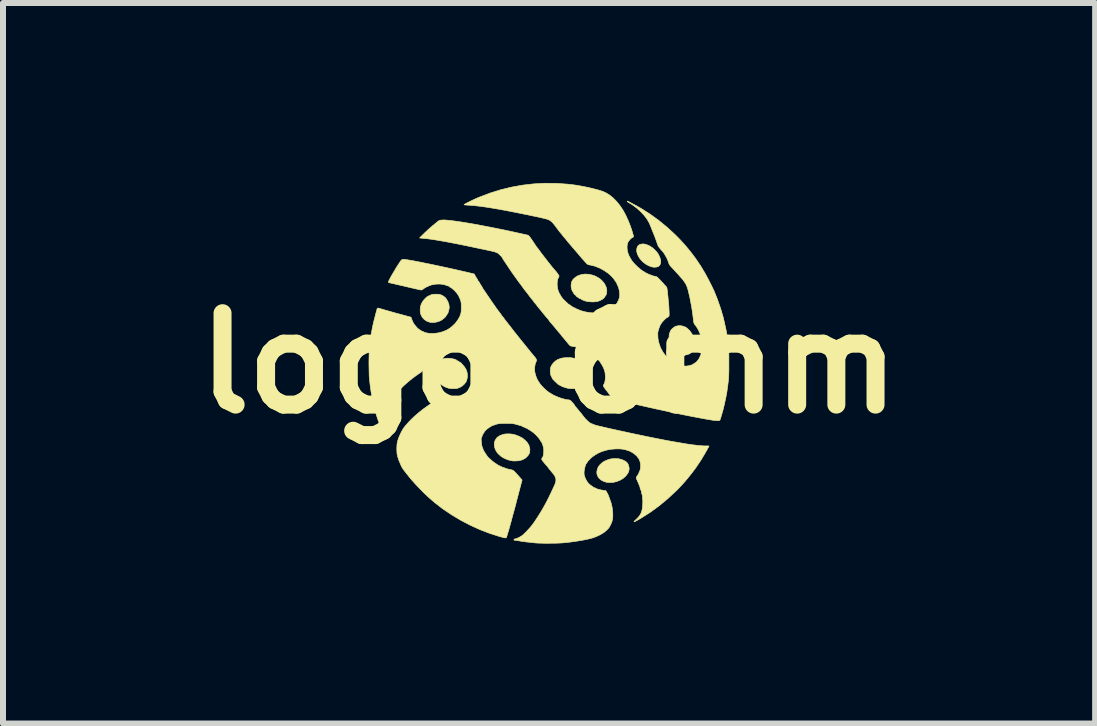
<source format=kicad_pcb>
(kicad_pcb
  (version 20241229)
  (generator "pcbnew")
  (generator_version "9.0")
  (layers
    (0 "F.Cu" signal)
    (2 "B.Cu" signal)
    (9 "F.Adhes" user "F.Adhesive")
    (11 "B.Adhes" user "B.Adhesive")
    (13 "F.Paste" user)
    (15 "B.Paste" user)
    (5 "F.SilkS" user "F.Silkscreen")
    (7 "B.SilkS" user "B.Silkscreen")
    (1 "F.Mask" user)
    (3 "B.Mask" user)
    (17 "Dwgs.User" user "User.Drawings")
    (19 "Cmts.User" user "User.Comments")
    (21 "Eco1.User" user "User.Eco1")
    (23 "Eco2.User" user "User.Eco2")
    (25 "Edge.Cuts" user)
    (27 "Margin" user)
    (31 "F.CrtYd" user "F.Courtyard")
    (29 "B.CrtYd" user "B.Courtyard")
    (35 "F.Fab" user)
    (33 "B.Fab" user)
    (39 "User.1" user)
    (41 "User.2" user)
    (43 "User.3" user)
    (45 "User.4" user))
  (footprint "logo_6mm"
    (layer "F.Cu")
    (at 6.103 3.006)
    (property "Reference" "logo_6mm" (at 0 0 0) (layer "F.SilkS") (effects (font (size 1.524 1.524) (thickness 0.3))))
    (attr through_hole)
    (fp_poly (pts (xy 1.607 -1.984) (xy 1.631 -1.976) (xy 1.655 -1.966) (xy 1.677 -1.956) (xy 1.692 -1.947) (xy 1.694 -1.945) (xy 1.706 -1.936) (xy 1.715 -1.932) (xy 1.716 -1.931) (xy 1.722 -1.927) (xy 1.734 -1.917) (xy 1.751 -1.901) (xy 1.768 -1.884) (xy 1.785 -1.866) (xy 1.8 -1.85) (xy 1.802 -1.847) (xy 1.813 -1.832) (xy 1.826 -1.81) (xy 1.838 -1.785) (xy 1.84 -1.782) (xy 1.855 -1.741) (xy 1.862 -1.703) (xy 1.86 -1.67) (xy 1.849 -1.641) (xy 1.831 -1.62) (xy 1.819 -1.612) (xy 1.791 -1.604) (xy 1.758 -1.601) (xy 1.723 -1.605) (xy 1.716 -1.606) (xy 1.665 -1.624) (xy 1.617 -1.65) (xy 1.572 -1.683) (xy 1.533 -1.722) (xy 1.501 -1.765) (xy 1.477 -1.81) (xy 1.463 -1.856) (xy 1.461 -1.87) (xy 1.462 -1.905) (xy 1.47 -1.936) (xy 1.485 -1.961) (xy 1.505 -1.976) (xy 1.538 -1.987) (xy 1.571 -1.99) (xy 1.607 -1.984)) (stroke (width 0.01) (type solid)) (fill yes) (layer "F.SilkS"))
    (fp_poly (pts (xy 2.195 -0.626) (xy 2.236 -0.618) (xy 2.274 -0.603) (xy 2.295 -0.59) (xy 2.339 -0.55) (xy 2.374 -0.504) (xy 2.401 -0.453) (xy 2.418 -0.399) (xy 2.426 -0.344) (xy 2.423 -0.289) (xy 2.412 -0.247) (xy 2.404 -0.228) (xy 2.395 -0.211) (xy 2.391 -0.206) (xy 2.384 -0.196) (xy 2.383 -0.19) (xy 2.381 -0.186) (xy 2.374 -0.183) (xy 2.364 -0.177) (xy 2.362 -0.173) (xy 2.357 -0.168) (xy 2.344 -0.16) (xy 2.334 -0.154) (xy 2.313 -0.148) (xy 2.287 -0.142) (xy 2.259 -0.139) (xy 2.234 -0.138) (xy 2.215 -0.14) (xy 2.212 -0.141) (xy 2.174 -0.156) (xy 2.144 -0.173) (xy 2.117 -0.193) (xy 2.099 -0.209) (xy 2.057 -0.257) (xy 2.027 -0.308) (xy 2.009 -0.362) (xy 2.001 -0.42) (xy 2.001 -0.434) (xy 2.002 -0.46) (xy 2.005 -0.483) (xy 2.009 -0.502) (xy 2.014 -0.513) (xy 2.016 -0.514) (xy 2.02 -0.519) (xy 2.019 -0.522) (xy 2.021 -0.534) (xy 2.031 -0.55) (xy 2.046 -0.569) (xy 2.066 -0.587) (xy 2.088 -0.603) (xy 2.11 -0.616) (xy 2.117 -0.618) (xy 2.154 -0.626) (xy 2.195 -0.626)) (stroke (width 0.01) (type solid)) (fill yes) (layer "F.SilkS"))
    (fp_poly (pts (xy 1.162 1.592) (xy 1.216 1.606) (xy 1.265 1.63) (xy 1.269 1.632) (xy 1.286 1.644) (xy 1.299 1.654) (xy 1.303 1.661) (xy 1.307 1.668) (xy 1.308 1.668) (xy 1.313 1.674) (xy 1.319 1.687) (xy 1.326 1.706) (xy 1.331 1.726) (xy 1.335 1.744) (xy 1.335 1.746) (xy 1.335 1.766) (xy 1.332 1.785) (xy 1.328 1.8) (xy 1.325 1.809) (xy 1.322 1.817) (xy 1.314 1.832) (xy 1.31 1.839) (xy 1.277 1.882) (xy 1.235 1.919) (xy 1.185 1.949) (xy 1.131 1.971) (xy 1.073 1.985) (xy 1.038 1.988) (xy 1.009 1.988) (xy 0.981 1.987) (xy 0.959 1.984) (xy 0.954 1.983) (xy 0.906 1.967) (xy 0.865 1.944) (xy 0.833 1.916) (xy 0.811 1.882) (xy 0.798 1.845) (xy 0.797 1.807) (xy 0.8 1.789) (xy 0.806 1.768) (xy 0.813 1.747) (xy 0.82 1.73) (xy 0.827 1.717) (xy 0.832 1.713) (xy 0.833 1.714) (xy 0.837 1.712) (xy 0.84 1.705) (xy 0.847 1.693) (xy 0.863 1.678) (xy 0.884 1.66) (xy 0.894 1.651) (xy 0.929 1.63) (xy 0.971 1.612) (xy 1.015 1.598) (xy 1.039 1.593) (xy 1.104 1.588) (xy 1.162 1.592)) (stroke (width 0.01) (type solid)) (fill yes) (layer "F.SilkS"))
    (fp_poly (pts (xy -1.859 -1.151) (xy -1.836 -1.149) (xy -1.818 -1.146) (xy -1.802 -1.14) (xy -1.794 -1.137) (xy -1.774 -1.127) (xy -1.758 -1.117) (xy -1.75 -1.111) (xy -1.741 -1.103) (xy -1.735 -1.1) (xy -1.73 -1.096) (xy -1.72 -1.083) (xy -1.708 -1.066) (xy -1.706 -1.063) (xy -1.684 -1.022) (xy -1.669 -0.978) (xy -1.664 -0.937) (xy -1.665 -0.919) (xy -1.668 -0.899) (xy -1.674 -0.877) (xy -1.68 -0.854) (xy -1.686 -0.836) (xy -1.692 -0.826) (xy -1.692 -0.825) (xy -1.698 -0.818) (xy -1.707 -0.805) (xy -1.716 -0.792) (xy -1.721 -0.783) (xy -1.722 -0.781) (xy -1.727 -0.774) (xy -1.738 -0.763) (xy -1.754 -0.749) (xy -1.771 -0.735) (xy -1.787 -0.723) (xy -1.799 -0.715) (xy -1.843 -0.696) (xy -1.89 -0.684) (xy -1.936 -0.679) (xy -1.978 -0.682) (xy -1.992 -0.685) (xy -2.04 -0.703) (xy -2.08 -0.73) (xy -2.111 -0.764) (xy -2.134 -0.805) (xy -2.146 -0.851) (xy -2.148 -0.882) (xy -2.147 -0.917) (xy -2.143 -0.945) (xy -2.135 -0.972) (xy -2.122 -1.002) (xy -2.122 -1.003) (xy -2.105 -1.032) (xy -2.08 -1.064) (xy -2.052 -1.093) (xy -2.036 -1.106) (xy -2.025 -1.113) (xy -2.021 -1.115) (xy -1.764 -1.115) (xy -1.761 -1.112) (xy -1.758 -1.115) (xy -1.761 -1.118) (xy -1.764 -1.115) (xy -2.021 -1.115) (xy -2.011 -1.121) (xy -1.998 -1.127) (xy -1.989 -1.13) (xy -1.988 -1.129) (xy -1.983 -1.131) (xy -1.973 -1.137) (xy -1.97 -1.139) (xy -1.96 -1.145) (xy -1.948 -1.148) (xy -1.931 -1.15) (xy -1.906 -1.151) (xy -1.89 -1.151) (xy -1.859 -1.151)) (stroke (width 0.01) (type solid)) (fill yes) (layer "F.SilkS"))
    (fp_poly (pts (xy -0.657 1.177) (xy -0.612 1.182) (xy -0.57 1.191) (xy -0.565 1.193) (xy -0.511 1.213) (xy -0.465 1.235) (xy -0.442 1.248) (xy -0.427 1.26) (xy -0.409 1.276) (xy -0.39 1.293) (xy -0.373 1.311) (xy -0.36 1.326) (xy -0.353 1.336) (xy -0.353 1.338) (xy -0.35 1.345) (xy -0.348 1.345) (xy -0.343 1.351) (xy -0.337 1.364) (xy -0.331 1.383) (xy -0.325 1.404) (xy -0.321 1.424) (xy -0.32 1.432) (xy -0.32 1.45) (xy -0.322 1.471) (xy -0.325 1.491) (xy -0.33 1.506) (xy -0.335 1.513) (xy -0.335 1.513) (xy -0.34 1.518) (xy -0.341 1.522) (xy -0.345 1.531) (xy -0.356 1.544) (xy -0.371 1.56) (xy -0.386 1.574) (xy -0.4 1.586) (xy -0.41 1.591) (xy -0.411 1.591) (xy -0.418 1.593) (xy -0.419 1.595) (xy -0.424 1.6) (xy -0.439 1.606) (xy -0.461 1.614) (xy -0.486 1.621) (xy -0.504 1.624) (xy -0.529 1.627) (xy -0.557 1.628) (xy -0.582 1.629) (xy -0.6 1.628) (xy -0.601 1.628) (xy -0.634 1.622) (xy -0.665 1.615) (xy -0.69 1.608) (xy -0.7 1.604) (xy -0.733 1.589) (xy -0.758 1.578) (xy -0.773 1.569) (xy -0.782 1.563) (xy -0.782 1.562) (xy -0.791 1.556) (xy -0.795 1.555) (xy -0.801 1.551) (xy -0.812 1.541) (xy -0.827 1.527) (xy -0.843 1.513) (xy -0.856 1.499) (xy -0.865 1.49) (xy -0.867 1.486) (xy -0.87 1.48) (xy -0.878 1.468) (xy -0.882 1.462) (xy -0.898 1.429) (xy -0.909 1.392) (xy -0.913 1.354) (xy -0.91 1.318) (xy -0.899 1.287) (xy -0.896 1.281) (xy -0.887 1.266) (xy -0.878 1.256) (xy -0.876 1.254) (xy -0.873 1.25) (xy -0.875 1.25) (xy -0.875 1.247) (xy -0.868 1.24) (xy -0.858 1.231) (xy -0.847 1.224) (xy -0.839 1.22) (xy -0.838 1.22) (xy -0.831 1.216) (xy -0.831 1.215) (xy -0.826 1.209) (xy -0.821 1.206) (xy -0.81 1.202) (xy -0.792 1.196) (xy -0.777 1.19) (xy -0.744 1.181) (xy -0.702 1.177) (xy -0.657 1.177)) (stroke (width 0.01) (type solid)) (fill yes) (layer "F.SilkS"))
    (fp_poly (pts (xy 0.658 -1.484) (xy 0.724 -1.47) (xy 0.761 -1.457) (xy 0.779 -1.45) (xy 0.791 -1.443) (xy 0.795 -1.44) (xy 0.8 -1.436) (xy 0.803 -1.435) (xy 0.813 -1.431) (xy 0.825 -1.423) (xy 0.836 -1.415) (xy 0.843 -1.411) (xy 0.849 -1.407) (xy 0.861 -1.398) (xy 0.875 -1.384) (xy 0.894 -1.365) (xy 0.912 -1.343) (xy 0.927 -1.322) (xy 0.936 -1.305) (xy 0.939 -1.294) (xy 0.941 -1.287) (xy 0.944 -1.286) (xy 0.948 -1.28) (xy 0.953 -1.266) (xy 0.958 -1.247) (xy 0.961 -1.227) (xy 0.963 -1.208) (xy 0.963 -1.207) (xy 0.961 -1.188) (xy 0.958 -1.167) (xy 0.954 -1.148) (xy 0.949 -1.135) (xy 0.944 -1.13) (xy 0.939 -1.125) (xy 0.936 -1.118) (xy 0.928 -1.105) (xy 0.915 -1.088) (xy 0.899 -1.074) (xy 0.89 -1.067) (xy 0.853 -1.047) (xy 0.817 -1.033) (xy 0.779 -1.026) (xy 0.735 -1.023) (xy 0.718 -1.023) (xy 0.688 -1.025) (xy 0.659 -1.027) (xy 0.634 -1.031) (xy 0.628 -1.033) (xy 0.607 -1.038) (xy 0.59 -1.043) (xy 0.583 -1.046) (xy 0.569 -1.052) (xy 0.552 -1.059) (xy 0.552 -1.059) (xy 0.539 -1.066) (xy 0.532 -1.071) (xy 0.532 -1.072) (xy 0.527 -1.076) (xy 0.521 -1.076) (xy 0.51 -1.08) (xy 0.495 -1.089) (xy 0.493 -1.091) (xy 0.48 -1.101) (xy 0.47 -1.106) (xy 0.468 -1.106) (xy 0.461 -1.111) (xy 0.457 -1.118) (xy 0.452 -1.128) (xy 0.448 -1.13) (xy 0.442 -1.134) (xy 0.431 -1.143) (xy 0.42 -1.155) (xy 0.411 -1.166) (xy 0.406 -1.174) (xy 0.407 -1.175) (xy 0.405 -1.18) (xy 0.4 -1.188) (xy 0.388 -1.205) (xy 0.378 -1.23) (xy 0.371 -1.258) (xy 0.368 -1.28) (xy 0.368 -1.299) (xy 0.37 -1.321) (xy 0.373 -1.342) (xy 0.377 -1.359) (xy 0.382 -1.368) (xy 0.384 -1.369) (xy 0.388 -1.374) (xy 0.389 -1.377) (xy 0.393 -1.388) (xy 0.406 -1.403) (xy 0.424 -1.42) (xy 0.445 -1.437) (xy 0.467 -1.451) (xy 0.481 -1.459) (xy 0.537 -1.478) (xy 0.596 -1.487) (xy 0.658 -1.484)) (stroke (width 0.01) (type solid)) (fill yes) (layer "F.SilkS"))
    (fp_poly (pts (xy -1.66 -0.083) (xy -1.631 -0.079) (xy -1.602 -0.074) (xy -1.576 -0.067) (xy -1.555 -0.06) (xy -1.541 -0.052) (xy -1.537 -0.046) (xy -1.532 -0.042) (xy -1.529 -0.042) (xy -1.521 -0.039) (xy -1.506 -0.03) (xy -1.489 -0.019) (xy -1.472 -0.008) (xy -1.459 0.002) (xy -1.454 0.008) (xy -1.449 0.015) (xy -1.439 0.026) (xy -1.426 0.041) (xy -1.411 0.059) (xy -1.398 0.079) (xy -1.387 0.097) (xy -1.38 0.11) (xy -1.379 0.114) (xy -1.376 0.126) (xy -1.374 0.13) (xy -1.369 0.143) (xy -1.364 0.167) (xy -1.361 0.197) (xy -1.361 0.228) (xy -1.367 0.262) (xy -1.377 0.294) (xy -1.39 0.32) (xy -1.396 0.327) (xy -1.421 0.356) (xy -1.446 0.377) (xy -1.472 0.394) (xy -1.49 0.404) (xy -1.502 0.409) (xy -1.507 0.409) (xy -1.507 0.409) (xy -1.511 0.409) (xy -1.516 0.413) (xy -1.528 0.418) (xy -1.549 0.421) (xy -1.576 0.422) (xy -1.606 0.423) (xy -1.635 0.421) (xy -1.662 0.418) (xy -1.682 0.414) (xy -1.683 0.413) (xy -1.716 0.401) (xy -1.741 0.391) (xy -1.758 0.382) (xy -1.764 0.376) (xy -1.764 0.376) (xy -1.769 0.371) (xy -1.772 0.371) (xy -1.784 0.366) (xy -1.803 0.352) (xy -1.826 0.331) (xy -1.837 0.318) (xy -1.851 0.3) (xy -1.865 0.281) (xy -1.878 0.263) (xy -1.887 0.248) (xy -1.891 0.239) (xy -1.891 0.238) (xy -1.894 0.233) (xy -1.895 0.233) (xy -1.9 0.228) (xy -1.9 0.226) (xy -1.902 0.214) (xy -1.904 0.203) (xy -1.909 0.181) (xy -1.913 0.157) (xy -1.916 0.136) (xy -1.916 0.122) (xy -1.916 0.12) (xy -1.909 0.085) (xy -1.904 0.061) (xy -1.9 0.045) (xy -1.897 0.037) (xy -1.895 0.036) (xy -1.89 0.031) (xy -1.886 0.022) (xy -1.879 0.009) (xy -1.866 -0.008) (xy -1.851 -0.024) (xy -1.836 -0.038) (xy -1.824 -0.047) (xy -1.819 -0.048) (xy -1.812 -0.051) (xy -1.812 -0.053) (xy -1.806 -0.058) (xy -1.792 -0.065) (xy -1.771 -0.071) (xy -1.746 -0.077) (xy -1.72 -0.082) (xy -1.695 -0.084) (xy -1.686 -0.084) (xy -1.66 -0.083)) (stroke (width 0.01) (type solid)) (fill yes) (layer "F.SilkS"))
    (fp_poly (pts (xy 0.362 -0.093) (xy 0.388 -0.089) (xy 0.413 -0.084) (xy 0.413 -0.084) (xy 0.451 -0.074) (xy 0.479 -0.065) (xy 0.496 -0.058) (xy 0.502 -0.052) (xy 0.502 -0.052) (xy 0.507 -0.048) (xy 0.508 -0.048) (xy 0.52 -0.044) (xy 0.538 -0.034) (xy 0.56 -0.018) (xy 0.584 -0.000101) (xy 0.607 0.02) (xy 0.627 0.039) (xy 0.644 0.056) (xy 0.653 0.069) (xy 0.655 0.074) (xy 0.658 0.083) (xy 0.665 0.096) (xy 0.665 0.096) (xy 0.674 0.113) (xy 0.679 0.126) (xy 0.688 0.17) (xy 0.691 0.206) (xy 0.688 0.237) (xy 0.68 0.266) (xy 0.671 0.286) (xy 0.662 0.303) (xy 0.651 0.32) (xy 0.641 0.334) (xy 0.633 0.343) (xy 0.628 0.345) (xy 0.628 0.344) (xy 0.624 0.345) (xy 0.616 0.353) (xy 0.614 0.355) (xy 0.602 0.366) (xy 0.594 0.371) (xy 0.593 0.371) (xy 0.584 0.375) (xy 0.582 0.378) (xy 0.573 0.385) (xy 0.555 0.394) (xy 0.533 0.403) (xy 0.508 0.411) (xy 0.483 0.417) (xy 0.482 0.418) (xy 0.459 0.421) (xy 0.429 0.422) (xy 0.396 0.423) (xy 0.364 0.422) (xy 0.336 0.42) (xy 0.317 0.418) (xy 0.296 0.412) (xy 0.272 0.405) (xy 0.249 0.398) (xy 0.228 0.391) (xy 0.214 0.386) (xy 0.209 0.383) (xy 0.203 0.379) (xy 0.189 0.371) (xy 0.182 0.368) (xy 0.169 0.361) (xy 0.158 0.355) (xy 0.147 0.347) (xy 0.135 0.336) (xy 0.118 0.32) (xy 0.097 0.3) (xy 0.079 0.282) (xy 0.064 0.266) (xy 0.056 0.255) (xy 0.054 0.252) (xy 0.051 0.242) (xy 0.045 0.231) (xy 0.03 0.2) (xy 0.022 0.163) (xy 0.02 0.123) (xy 0.024 0.084) (xy 0.025 0.083) (xy 0.029 0.064) (xy 0.034 0.052) (xy 0.036 0.048) (xy 0.041 0.043) (xy 0.044 0.034) (xy 0.05 0.023) (xy 0.062 0.008) (xy 0.077 -0.01) (xy 0.094 -0.026) (xy 0.109 -0.039) (xy 0.12 -0.047) (xy 0.123 -0.048) (xy 0.131 -0.051) (xy 0.132 -0.054) (xy 0.136 -0.06) (xy 0.138 -0.06) (xy 0.147 -0.062) (xy 0.162 -0.068) (xy 0.171 -0.072) (xy 0.188 -0.079) (xy 0.199 -0.082) (xy 0.202 -0.081) (xy 0.209 -0.082) (xy 0.213 -0.085) (xy 0.223 -0.088) (xy 0.242 -0.09) (xy 0.269 -0.092) (xy 0.295 -0.093) (xy 0.333 -0.094) (xy 0.362 -0.093)) (stroke (width 0.01) (type solid)) (fill yes) (layer "F.SilkS"))
    (fp_poly (pts (xy 0.122 -2.999) (xy 0.311 -2.986) (xy 0.389 -2.977) (xy 0.47 -2.966) (xy 0.556 -2.95) (xy 0.643 -2.933) (xy 0.728 -2.913) (xy 0.807 -2.893) (xy 0.878 -2.871) (xy 0.883 -2.87) (xy 0.946 -2.843) (xy 1.008 -2.805) (xy 1.068 -2.757) (xy 1.125 -2.699) (xy 1.179 -2.633) (xy 1.229 -2.559) (xy 1.275 -2.477) (xy 1.285 -2.455) (xy 1.323 -2.371) (xy 1.355 -2.291) (xy 1.382 -2.211) (xy 1.407 -2.124) (xy 1.408 -2.119) (xy 1.408 -2.109) (xy 1.399 -2.102) (xy 1.394 -2.099) (xy 1.38 -2.091) (xy 1.363 -2.077) (xy 1.349 -2.063) (xy 1.328 -2.037) (xy 1.313 -2.013) (xy 1.305 -1.985) (xy 1.301 -1.951) (xy 1.301 -1.922) (xy 1.304 -1.89) (xy 1.311 -1.855) (xy 1.321 -1.821) (xy 1.333 -1.793) (xy 1.339 -1.782) (xy 1.349 -1.764) (xy 1.356 -1.75) (xy 1.371 -1.725) (xy 1.393 -1.694) (xy 1.422 -1.661) (xy 1.455 -1.627) (xy 1.49 -1.595) (xy 1.525 -1.565) (xy 1.559 -1.54) (xy 1.585 -1.525) (xy 1.597 -1.518) (xy 1.603 -1.513) (xy 1.609 -1.509) (xy 1.623 -1.502) (xy 1.629 -1.499) (xy 1.647 -1.491) (xy 1.661 -1.484) (xy 1.664 -1.482) (xy 1.677 -1.478) (xy 1.683 -1.477) (xy 1.691 -1.474) (xy 1.692 -1.472) (xy 1.698 -1.469) (xy 1.711 -1.464) (xy 1.73 -1.458) (xy 1.75 -1.453) (xy 1.769 -1.449) (xy 1.783 -1.447) (xy 1.784 -1.447) (xy 1.792 -1.444) (xy 1.805 -1.434) (xy 1.823 -1.418) (xy 1.847 -1.393) (xy 1.877 -1.361) (xy 1.905 -1.331) (xy 1.923 -1.31) (xy 1.939 -1.293) (xy 1.951 -1.28) (xy 1.955 -1.275) (xy 1.963 -1.263) (xy 1.965 -1.256) (xy 1.968 -1.238) (xy 1.972 -1.211) (xy 1.975 -1.178) (xy 1.979 -1.142) (xy 1.983 -1.106) (xy 1.985 -1.079) (xy 1.988 -1.05) (xy 1.991 -1.023) (xy 1.993 -1.002) (xy 1.994 -0.993) (xy 1.995 -0.979) (xy 1.997 -0.957) (xy 1.998 -0.928) (xy 2 -0.895) (xy 2.001 -0.88) (xy 2.002 -0.845) (xy 2.003 -0.82) (xy 2.002 -0.803) (xy 2.001 -0.791) (xy 1.998 -0.784) (xy 1.994 -0.779) (xy 1.993 -0.778) (xy 1.979 -0.768) (xy 1.969 -0.763) (xy 1.959 -0.757) (xy 1.944 -0.745) (xy 1.926 -0.729) (xy 1.922 -0.725) (xy 1.883 -0.682) (xy 1.854 -0.638) (xy 1.835 -0.591) (xy 1.829 -0.571) (xy 1.824 -0.553) (xy 1.82 -0.539) (xy 1.818 -0.535) (xy 1.815 -0.526) (xy 1.813 -0.507) (xy 1.813 -0.482) (xy 1.814 -0.454) (xy 1.815 -0.426) (xy 1.818 -0.401) (xy 1.819 -0.395) (xy 1.824 -0.368) (xy 1.832 -0.337) (xy 1.842 -0.305) (xy 1.853 -0.275) (xy 1.863 -0.25) (xy 1.872 -0.233) (xy 1.872 -0.232) (xy 1.88 -0.22) (xy 1.884 -0.213) (xy 1.884 -0.213) (xy 1.887 -0.206) (xy 1.895 -0.193) (xy 1.906 -0.176) (xy 1.919 -0.159) (xy 1.93 -0.144) (xy 1.934 -0.139) (xy 1.946 -0.125) (xy 1.961 -0.109) (xy 1.966 -0.104) (xy 1.977 -0.09) (xy 1.984 -0.08) (xy 1.985 -0.078) (xy 1.99 -0.073) (xy 2.002 -0.066) (xy 2.003 -0.066) (xy 2.016 -0.059) (xy 2.021 -0.054) (xy 2.021 -0.054) (xy 2.026 -0.048) (xy 2.037 -0.039) (xy 2.052 -0.028) (xy 2.067 -0.019) (xy 2.078 -0.013) (xy 2.081 -0.012) (xy 2.088 -0.008) (xy 2.088 -0.007) (xy 2.095 -0.001) (xy 2.11 0.007) (xy 2.131 0.017) (xy 2.155 0.026) (xy 2.179 0.034) (xy 2.193 0.039) (xy 2.241 0.046) (xy 2.29 0.047) (xy 2.338 0.04) (xy 2.356 0.035) (xy 2.378 0.028) (xy 2.395 0.02) (xy 2.404 0.014) (xy 2.415 0.007) (xy 2.421 0.006) (xy 2.427 0.002) (xy 2.428 0) (xy 2.432 -0.006) (xy 2.435 -0.006) (xy 2.445 -0.011) (xy 2.459 -0.024) (xy 2.475 -0.043) (xy 2.488 -0.06) (xy 2.498 -0.074) (xy 2.506 -0.084) (xy 2.508 -0.085) (xy 2.511 -0.089) (xy 2.509 -0.09) (xy 2.508 -0.094) (xy 2.513 -0.103) (xy 2.519 -0.115) (xy 2.527 -0.135) (xy 2.536 -0.158) (xy 2.537 -0.162) (xy 2.549 -0.211) (xy 2.554 -0.267) (xy 2.553 -0.327) (xy 2.545 -0.389) (xy 2.531 -0.45) (xy 2.512 -0.507) (xy 2.488 -0.558) (xy 2.476 -0.578) (xy 2.464 -0.599) (xy 2.452 -0.617) (xy 2.443 -0.63) (xy 2.44 -0.634) (xy 2.423 -0.654) (xy 2.412 -0.682) (xy 2.407 -0.713) (xy 2.402 -0.765) (xy 2.395 -0.82) (xy 2.387 -0.876) (xy 2.379 -0.928) (xy 2.371 -0.972) (xy 2.371 -0.975) (xy 2.365 -1.002) (xy 2.36 -1.031) (xy 2.356 -1.052) (xy 2.352 -1.07) (xy 2.349 -1.088) (xy 2.345 -1.107) (xy 2.339 -1.131) (xy 2.332 -1.162) (xy 2.326 -1.187) (xy 2.315 -1.23) (xy 2.305 -1.263) (xy 2.294 -1.292) (xy 2.282 -1.317) (xy 2.266 -1.344) (xy 2.259 -1.354) (xy 2.244 -1.375) (xy 2.231 -1.393) (xy 2.221 -1.405) (xy 2.206 -1.421) (xy 2.194 -1.435) (xy 2.18 -1.451) (xy 2.16 -1.474) (xy 2.135 -1.501) (xy 2.108 -1.531) (xy 2.081 -1.56) (xy 2.057 -1.586) (xy 2.034 -1.61) (xy 2.018 -1.629) (xy 2.008 -1.644) (xy 2 -1.659) (xy 1.994 -1.675) (xy 1.991 -1.686) (xy 1.98 -1.715) (xy 1.965 -1.75) (xy 1.945 -1.786) (xy 1.925 -1.821) (xy 1.905 -1.85) (xy 1.897 -1.86) (xy 1.888 -1.87) (xy 1.874 -1.885) (xy 1.868 -1.892) (xy 1.856 -1.905) (xy 1.849 -1.915) (xy 1.848 -1.917) (xy 1.844 -1.923) (xy 1.834 -1.933) (xy 1.834 -1.933) (xy 1.825 -1.946) (xy 1.813 -1.971) (xy 1.801 -2.005) (xy 1.795 -2.022) (xy 1.782 -2.059) (xy 1.767 -2.1) (xy 1.752 -2.139) (xy 1.741 -2.165) (xy 1.729 -2.195) (xy 1.717 -2.225) (xy 1.707 -2.25) (xy 1.701 -2.266) (xy 1.673 -2.334) (xy 1.635 -2.401) (xy 1.586 -2.466) (xy 1.527 -2.529) (xy 1.461 -2.588) (xy 1.386 -2.643) (xy 1.323 -2.682) (xy 1.31 -2.691) (xy 1.303 -2.699) (xy 1.306 -2.703) (xy 1.308 -2.703) (xy 1.315 -2.7) (xy 1.331 -2.692) (xy 1.353 -2.681) (xy 1.381 -2.666) (xy 1.411 -2.65) (xy 1.443 -2.633) (xy 1.474 -2.616) (xy 1.503 -2.599) (xy 1.528 -2.585) (xy 1.532 -2.583) (xy 1.683 -2.487) (xy 1.827 -2.383) (xy 1.964 -2.271) (xy 2.097 -2.149) (xy 2.123 -2.123) (xy 2.152 -2.094) (xy 2.176 -2.069) (xy 2.198 -2.046) (xy 2.22 -2.022) (xy 2.246 -1.993) (xy 2.269 -1.967) (xy 2.284 -1.95) (xy 2.302 -1.928) (xy 2.324 -1.902) (xy 2.346 -1.874) (xy 2.367 -1.848) (xy 2.385 -1.825) (xy 2.399 -1.807) (xy 2.404 -1.8) (xy 2.413 -1.786) (xy 2.42 -1.777) (xy 2.422 -1.776) (xy 2.427 -1.77) (xy 2.437 -1.756) (xy 2.451 -1.736) (xy 2.467 -1.712) (xy 2.485 -1.686) (xy 2.502 -1.66) (xy 2.518 -1.637) (xy 2.531 -1.617) (xy 2.539 -1.604) (xy 2.541 -1.601) (xy 2.548 -1.588) (xy 2.56 -1.568) (xy 2.575 -1.543) (xy 2.591 -1.517) (xy 2.592 -1.516) (xy 2.607 -1.489) (xy 2.626 -1.454) (xy 2.648 -1.413) (xy 2.671 -1.369) (xy 2.693 -1.325) (xy 2.715 -1.281) (xy 2.734 -1.242) (xy 2.749 -1.21) (xy 2.75 -1.208) (xy 2.775 -1.147) (xy 2.802 -1.079) (xy 2.828 -1.006) (xy 2.853 -0.934) (xy 2.875 -0.866) (xy 2.881 -0.843) (xy 2.888 -0.819) (xy 2.895 -0.797) (xy 2.899 -0.781) (xy 2.9 -0.78) (xy 2.906 -0.757) (xy 2.913 -0.725) (xy 2.922 -0.688) (xy 2.924 -0.68) (xy 2.929 -0.657) (xy 2.934 -0.632) (xy 2.935 -0.628) (xy 2.946 -0.581) (xy 2.954 -0.54) (xy 2.961 -0.501) (xy 2.968 -0.459) (xy 2.974 -0.412) (xy 2.977 -0.389) (xy 2.983 -0.345) (xy 2.987 -0.307) (xy 2.991 -0.273) (xy 2.994 -0.239) (xy 2.996 -0.205) (xy 2.997 -0.168) (xy 2.998 -0.126) (xy 2.998 -0.077) (xy 2.998 -0.018) (xy 2.998 0) (xy 2.998 0.061) (xy 2.998 0.113) (xy 2.997 0.157) (xy 2.996 0.195) (xy 2.994 0.23) (xy 2.992 0.263) (xy 2.989 0.297) (xy 2.984 0.334) (xy 2.979 0.376) (xy 2.977 0.389) (xy 2.97 0.44) (xy 2.964 0.484) (xy 2.957 0.524) (xy 2.949 0.563) (xy 2.94 0.607) (xy 2.935 0.628) (xy 2.93 0.652) (xy 2.925 0.676) (xy 2.924 0.68) (xy 2.915 0.718) (xy 2.907 0.752) (xy 2.901 0.777) (xy 2.9 0.78) (xy 2.895 0.795) (xy 2.889 0.817) (xy 2.882 0.841) (xy 2.882 0.843) (xy 2.872 0.876) (xy 2.865 0.9) (xy 2.858 0.92) (xy 2.852 0.939) (xy 2.847 0.949) (xy 2.841 0.954) (xy 2.829 0.956) (xy 2.811 0.956) (xy 2.788 0.955) (xy 2.766 0.953) (xy 2.757 0.953) (xy 2.727 0.949) (xy 2.686 0.942) (xy 2.637 0.934) (xy 2.579 0.924) (xy 2.516 0.912) (xy 2.447 0.899) (xy 2.374 0.885) (xy 2.298 0.87) (xy 2.221 0.855) (xy 2.144 0.839) (xy 2.068 0.823) (xy 2.063 0.822) (xy 1.985 0.805) (xy 1.905 0.787) (xy 1.824 0.77) (xy 1.743 0.752) (xy 1.662 0.734) (xy 1.583 0.716) (xy 1.507 0.699) (xy 1.433 0.682) (xy 1.364 0.666) (xy 1.3 0.651) (xy 1.241 0.637) (xy 1.189 0.625) (xy 1.145 0.614) (xy 1.109 0.605) (xy 1.082 0.598) (xy 1.066 0.593) (xy 1.06 0.591) (xy 1.053 0.581) (xy 1.052 0.577) (xy 1.048 0.567) (xy 1.043 0.561) (xy 1.034 0.552) (xy 1.021 0.537) (xy 1.01 0.523) (xy 0.997 0.506) (xy 0.979 0.482) (xy 0.959 0.456) (xy 0.945 0.438) (xy 0.926 0.413) (xy 0.914 0.395) (xy 0.908 0.382) (xy 0.906 0.372) (xy 0.906 0.368) (xy 0.911 0.355) (xy 0.915 0.35) (xy 0.919 0.343) (xy 0.925 0.328) (xy 0.929 0.315) (xy 0.936 0.281) (xy 0.939 0.24) (xy 0.938 0.196) (xy 0.933 0.153) (xy 0.931 0.144) (xy 0.927 0.129) (xy 0.921 0.11) (xy 0.913 0.089) (xy 0.906 0.071) (xy 0.899 0.058) (xy 0.895 0.054) (xy 0.893 0.05) (xy 0.894 0.049) (xy 0.892 0.041) (xy 0.888 0.036) (xy 0.88 0.026) (xy 0.879 0.021) (xy 0.875 0.012) (xy 0.867 0.003) (xy 0.859 -0.006) (xy 0.858 -0.01) (xy 0.857 -0.016) (xy 0.849 -0.027) (xy 0.834 -0.044) (xy 0.81 -0.068) (xy 0.797 -0.081) (xy 0.775 -0.103) (xy 0.758 -0.119) (xy 0.744 -0.131) (xy 0.73 -0.141) (xy 0.715 -0.152) (xy 0.705 -0.158) (xy 0.69 -0.169) (xy 0.68 -0.178) (xy 0.677 -0.181) (xy 0.67 -0.185) (xy 0.663 -0.185) (xy 0.654 -0.187) (xy 0.652 -0.19) (xy 0.647 -0.195) (xy 0.634 -0.202) (xy 0.626 -0.206) (xy 0.611 -0.213) (xy 0.6 -0.219) (xy 0.598 -0.221) (xy 0.591 -0.225) (xy 0.576 -0.23) (xy 0.559 -0.236) (xy 0.54 -0.243) (xy 0.526 -0.249) (xy 0.52 -0.252) (xy 0.513 -0.255) (xy 0.497 -0.259) (xy 0.475 -0.265) (xy 0.449 -0.271) (xy 0.423 -0.277) (xy 0.4 -0.281) (xy 0.382 -0.284) (xy 0.367 -0.287) (xy 0.356 -0.291) (xy 0.344 -0.3) (xy 0.331 -0.314) (xy 0.313 -0.335) (xy 0.302 -0.35) (xy 0.29 -0.364) (xy 0.273 -0.385) (xy 0.254 -0.407) (xy 0.244 -0.419) (xy 0.227 -0.439) (xy 0.213 -0.455) (xy 0.205 -0.465) (xy 0.203 -0.469) (xy 0.2 -0.475) (xy 0.19 -0.486) (xy 0.185 -0.492) (xy 0.173 -0.506) (xy 0.154 -0.528) (xy 0.129 -0.557) (xy 0.101 -0.592) (xy 0.069 -0.631) (xy 0.061 -0.639) (xy 0.047 -0.656) (xy 0.03 -0.676) (xy 0.022 -0.685) (xy 0.01 -0.699) (xy 0.002 -0.71) (xy 0 -0.715) (xy -0.004 -0.721) (xy -0.014 -0.734) (xy -0.025 -0.747) (xy -0.044 -0.768) (xy -0.062 -0.789) (xy -0.072 -0.801) (xy -0.087 -0.82) (xy -0.102 -0.838) (xy -0.108 -0.845) (xy -0.12 -0.861) (xy -0.13 -0.874) (xy -0.132 -0.875) (xy -0.141 -0.887) (xy -0.154 -0.902) (xy -0.162 -0.911) (xy -0.177 -0.93) (xy -0.192 -0.949) (xy -0.198 -0.957) (xy -0.211 -0.974) (xy -0.227 -0.994) (xy -0.233 -1.001) (xy -0.245 -1.014) (xy -0.253 -1.025) (xy -0.254 -1.028) (xy -0.258 -1.034) (xy -0.268 -1.047) (xy -0.282 -1.063) (xy -0.285 -1.068) (xy -0.303 -1.089) (xy -0.321 -1.112) (xy -0.334 -1.13) (xy -0.334 -1.13) (xy -0.348 -1.149) (xy -0.365 -1.172) (xy -0.38 -1.19) (xy -0.398 -1.212) (xy -0.416 -1.236) (xy -0.428 -1.252) (xy -0.44 -1.269) (xy -0.456 -1.292) (xy -0.476 -1.319) (xy -0.495 -1.343) (xy -0.534 -1.396) (xy -0.578 -1.458) (xy -0.627 -1.527) (xy -0.678 -1.603) (xy -0.695 -1.629) (xy -0.714 -1.657) (xy -0.732 -1.685) (xy -0.748 -1.708) (xy -0.759 -1.724) (xy -0.762 -1.729) (xy -0.771 -1.744) (xy -0.777 -1.755) (xy -0.777 -1.757) (xy -0.782 -1.765) (xy -0.792 -1.778) (xy -0.808 -1.794) (xy -0.825 -1.811) (xy -0.842 -1.826) (xy -0.856 -1.837) (xy -0.864 -1.842) (xy -0.865 -1.842) (xy -0.872 -1.844) (xy -0.885 -1.849) (xy -0.887 -1.85) (xy -0.893 -1.853) (xy -0.9 -1.855) (xy -0.907 -1.858) (xy -0.918 -1.861) (xy -0.932 -1.864) (xy -0.951 -1.869) (xy -0.976 -1.874) (xy -1.008 -1.881) (xy -1.049 -1.89) (xy -1.099 -1.901) (xy -1.145 -1.91) (xy -1.281 -1.939) (xy -1.405 -1.965) (xy -1.519 -1.988) (xy -1.623 -2.008) (xy -1.717 -2.026) (xy -1.802 -2.041) (xy -1.878 -2.054) (xy -1.946 -2.065) (xy -2.006 -2.073) (xy -2.058 -2.079) (xy -2.081 -2.081) (xy -2.109 -2.084) (xy -2.133 -2.086) (xy -2.15 -2.088) (xy -2.157 -2.089) (xy -2.157 -2.089) (xy -2.154 -2.094) (xy -2.143 -2.105) (xy -2.127 -2.121) (xy -2.106 -2.141) (xy -2.083 -2.164) (xy -2.059 -2.187) (xy -2.035 -2.209) (xy -2.013 -2.23) (xy -2.009 -2.234) (xy -1.991 -2.25) (xy -1.966 -2.271) (xy -1.94 -2.294) (xy -1.919 -2.31) (xy -1.896 -2.33) (xy -1.875 -2.347) (xy -1.858 -2.361) (xy -1.848 -2.369) (xy -1.833 -2.379) (xy -1.812 -2.385) (xy -1.784 -2.388) (xy -1.748 -2.389) (xy -1.702 -2.386) (xy -1.701 -2.386) (xy -1.643 -2.38) (xy -1.573 -2.371) (xy -1.494 -2.36) (xy -1.406 -2.346) (xy -1.309 -2.33) (xy -1.206 -2.312) (xy -1.096 -2.291) (xy -0.981 -2.269) (xy -0.861 -2.245) (xy -0.738 -2.22) (xy -0.612 -2.193) (xy -0.484 -2.165) (xy -0.355 -2.136) (xy -0.349 -2.134) (xy -0.342 -2.129) (xy -0.334 -2.122) (xy -0.324 -2.11) (xy -0.311 -2.093) (xy -0.295 -2.07) (xy -0.274 -2.04) (xy -0.248 -2.001) (xy -0.22 -1.958) (xy -0.207 -1.94) (xy -0.196 -1.925) (xy -0.189 -1.917) (xy -0.189 -1.916) (xy -0.181 -1.908) (xy -0.171 -1.894) (xy -0.17 -1.893) (xy -0.155 -1.872) (xy -0.139 -1.849) (xy -0.118 -1.822) (xy -0.108 -1.809) (xy -0.09 -1.785) (xy -0.07 -1.76) (xy -0.057 -1.743) (xy -0.037 -1.717) (xy -0.015 -1.688) (xy 0.008 -1.66) (xy 0.03 -1.632) (xy 0.049 -1.608) (xy 0.065 -1.588) (xy 0.076 -1.575) (xy 0.081 -1.57) (xy 0.092 -1.558) (xy 0.107 -1.541) (xy 0.123 -1.521) (xy 0.139 -1.5) (xy 0.153 -1.48) (xy 0.163 -1.465) (xy 0.167 -1.456) (xy 0.167 -1.455) (xy 0.164 -1.441) (xy 0.159 -1.432) (xy 0.146 -1.404) (xy 0.138 -1.368) (xy 0.135 -1.327) (xy 0.137 -1.284) (xy 0.144 -1.241) (xy 0.155 -1.201) (xy 0.171 -1.166) (xy 0.176 -1.158) (xy 0.186 -1.142) (xy 0.193 -1.127) (xy 0.194 -1.125) (xy 0.199 -1.115) (xy 0.203 -1.112) (xy 0.208 -1.107) (xy 0.215 -1.095) (xy 0.215 -1.095) (xy 0.223 -1.084) (xy 0.237 -1.067) (xy 0.256 -1.049) (xy 0.268 -1.037) (xy 0.288 -1.019) (xy 0.304 -1.004) (xy 0.315 -0.993) (xy 0.319 -0.989) (xy 0.328 -0.981) (xy 0.332 -0.981) (xy 0.342 -0.976) (xy 0.345 -0.973) (xy 0.354 -0.965) (xy 0.366 -0.958) (xy 0.378 -0.951) (xy 0.383 -0.945) (xy 0.388 -0.94) (xy 0.394 -0.939) (xy 0.407 -0.934) (xy 0.413 -0.93) (xy 0.424 -0.922) (xy 0.431 -0.921) (xy 0.441 -0.919) (xy 0.442 -0.916) (xy 0.448 -0.911) (xy 0.461 -0.905) (xy 0.468 -0.903) (xy 0.484 -0.897) (xy 0.495 -0.892) (xy 0.496 -0.891) (xy 0.504 -0.887) (xy 0.521 -0.881) (xy 0.543 -0.873) (xy 0.569 -0.866) (xy 0.594 -0.859) (xy 0.595 -0.859) (xy 0.646 -0.849) (xy 0.7 -0.842) (xy 0.756 -0.839) (xy 0.808 -0.839) (xy 0.854 -0.844) (xy 0.866 -0.846) (xy 0.888 -0.851) (xy 0.915 -0.858) (xy 0.943 -0.866) (xy 0.967 -0.875) (xy 0.985 -0.881) (xy 0.989 -0.883) (xy 1.025 -0.904) (xy 1.059 -0.928) (xy 1.09 -0.954) (xy 1.116 -0.98) (xy 1.135 -1.005) (xy 1.143 -1.021) (xy 1.148 -1.034) (xy 1.154 -1.04) (xy 1.155 -1.04) (xy 1.159 -1.044) (xy 1.159 -1.045) (xy 1.16 -1.054) (xy 1.161 -1.058) (xy 1.171 -1.088) (xy 1.176 -1.111) (xy 1.178 -1.134) (xy 1.178 -1.146) (xy 1.176 -1.177) (xy 1.171 -1.211) (xy 1.164 -1.244) (xy 1.155 -1.272) (xy 1.152 -1.28) (xy 1.145 -1.295) (xy 1.142 -1.307) (xy 1.142 -1.307) (xy 1.139 -1.315) (xy 1.136 -1.316) (xy 1.131 -1.319) (xy 1.131 -1.32) (xy 1.131 -1.33) (xy 1.126 -1.342) (xy 1.12 -1.35) (xy 1.118 -1.351) (xy 1.113 -1.356) (xy 1.112 -1.36) (xy 1.108 -1.37) (xy 1.102 -1.375) (xy 1.096 -1.38) (xy 1.096 -1.381) (xy 1.096 -1.385) (xy 1.088 -1.396) (xy 1.076 -1.411) (xy 1.062 -1.428) (xy 1.046 -1.445) (xy 1.031 -1.461) (xy 1.023 -1.468) (xy 1 -1.488) (xy 0.985 -1.501) (xy 0.975 -1.509) (xy 0.97 -1.512) (xy 0.968 -1.513) (xy 0.96 -1.517) (xy 0.956 -1.521) (xy 0.943 -1.53) (xy 0.923 -1.543) (xy 0.898 -1.558) (xy 0.871 -1.573) (xy 0.846 -1.586) (xy 0.824 -1.595) (xy 0.822 -1.596) (xy 0.801 -1.604) (xy 0.784 -1.611) (xy 0.774 -1.615) (xy 0.76 -1.62) (xy 0.737 -1.626) (xy 0.711 -1.632) (xy 0.685 -1.638) (xy 0.666 -1.641) (xy 0.651 -1.645) (xy 0.638 -1.653) (xy 0.623 -1.666) (xy 0.612 -1.679) (xy 0.595 -1.698) (xy 0.579 -1.716) (xy 0.568 -1.728) (xy 0.553 -1.743) (xy 0.539 -1.761) (xy 0.538 -1.762) (xy 0.529 -1.772) (xy 0.514 -1.79) (xy 0.495 -1.813) (xy 0.472 -1.84) (xy 0.449 -1.866) (xy 0.424 -1.896) (xy 0.398 -1.925) (xy 0.376 -1.952) (xy 0.357 -1.973) (xy 0.347 -1.985) (xy 0.328 -2.008) (xy 0.306 -2.034) (xy 0.29 -2.054) (xy 0.275 -2.073) (xy 0.261 -2.089) (xy 0.252 -2.099) (xy 0.252 -2.1) (xy 0.241 -2.111) (xy 0.23 -2.126) (xy 0.217 -2.143) (xy 0.205 -2.158) (xy 0.175 -2.194) (xy 0.149 -2.228) (xy 0.122 -2.264) (xy 0.113 -2.277) (xy 0.08 -2.32) (xy 0.05 -2.353) (xy 0.021 -2.377) (xy -0.007 -2.393) (xy -0.017 -2.397) (xy -0.03 -2.401) (xy -0.048 -2.406) (xy -0.071 -2.412) (xy -0.101 -2.419) (xy -0.137 -2.428) (xy -0.182 -2.438) (xy -0.235 -2.449) (xy -0.298 -2.462) (xy -0.371 -2.478) (xy -0.419 -2.487) (xy -0.567 -2.517) (xy -0.706 -2.544) (xy -0.835 -2.568) (xy -0.953 -2.588) (xy -1.061 -2.605) (xy -1.158 -2.618) (xy -1.244 -2.628) (xy -1.319 -2.634) (xy -1.341 -2.635) (xy -1.37 -2.637) (xy -1.393 -2.639) (xy -1.41 -2.641) (xy -1.417 -2.644) (xy -1.417 -2.644) (xy -1.412 -2.649) (xy -1.397 -2.657) (xy -1.375 -2.67) (xy -1.346 -2.684) (xy -1.313 -2.701) (xy -1.277 -2.718) (xy -1.239 -2.736) (xy -1.201 -2.753) (xy -1.165 -2.768) (xy -1.155 -2.772) (xy -0.981 -2.838) (xy -0.804 -2.893) (xy -0.623 -2.937) (xy -0.439 -2.97) (xy -0.253 -2.991) (xy -0.066 -3.001) (xy 0.122 -2.999)) (stroke (width 0.01) (type solid)) (fill yes) (layer "F.SilkS"))
    (fp_poly (pts (xy -2.409 -1.732) (xy -2.381 -1.728) (xy -2.344 -1.722) (xy -2.303 -1.715) (xy -2.251 -1.706) (xy -2.19 -1.694) (xy -2.121 -1.681) (xy -2.046 -1.665) (xy -1.965 -1.649) (xy -1.88 -1.631) (xy -1.792 -1.612) (xy -1.703 -1.593) (xy -1.613 -1.573) (xy -1.524 -1.553) (xy -1.437 -1.533) (xy -1.353 -1.514) (xy -1.312 -1.504) (xy -1.246 -1.488) (xy -1.232 -1.46) (xy -1.221 -1.44) (xy -1.209 -1.421) (xy -1.204 -1.414) (xy -1.194 -1.398) (xy -1.188 -1.384) (xy -1.187 -1.383) (xy -1.182 -1.372) (xy -1.179 -1.369) (xy -1.173 -1.365) (xy -1.165 -1.352) (xy -1.162 -1.347) (xy -1.152 -1.329) (xy -1.139 -1.307) (xy -1.133 -1.298) (xy -1.121 -1.28) (xy -1.113 -1.265) (xy -1.11 -1.259) (xy -1.105 -1.249) (xy -1.094 -1.233) (xy -1.082 -1.215) (xy -1.067 -1.193) (xy -1.048 -1.166) (xy -1.031 -1.14) (xy -1.028 -1.136) (xy -0.991 -1.081) (xy -0.956 -1.03) (xy -0.935 -0.999) (xy -0.921 -0.98) (xy -0.909 -0.963) (xy -0.903 -0.954) (xy -0.883 -0.924) (xy -0.858 -0.89) (xy -0.834 -0.859) (xy -0.818 -0.838) (xy -0.803 -0.817) (xy -0.794 -0.804) (xy -0.781 -0.786) (xy -0.767 -0.768) (xy -0.763 -0.764) (xy -0.753 -0.753) (xy -0.75 -0.748) (xy -0.75 -0.747) (xy -0.748 -0.743) (xy -0.739 -0.731) (xy -0.725 -0.713) (xy -0.708 -0.691) (xy -0.704 -0.686) (xy -0.684 -0.661) (xy -0.665 -0.637) (xy -0.65 -0.618) (xy -0.64 -0.605) (xy -0.64 -0.605) (xy -0.608 -0.563) (xy -0.581 -0.528) (xy -0.565 -0.508) (xy -0.551 -0.491) (xy -0.533 -0.468) (xy -0.514 -0.444) (xy -0.508 -0.437) (xy -0.494 -0.419) (xy -0.48 -0.401) (xy -0.464 -0.381) (xy -0.445 -0.358) (xy -0.423 -0.331) (xy -0.396 -0.297) (xy -0.362 -0.256) (xy -0.361 -0.254) (xy -0.342 -0.231) (xy -0.327 -0.212) (xy -0.313 -0.194) (xy -0.298 -0.176) (xy -0.28 -0.155) (xy -0.257 -0.128) (xy -0.249 -0.118) (xy -0.228 -0.092) (xy -0.215 -0.072) (xy -0.209 -0.057) (xy -0.208 -0.043) (xy -0.213 -0.03) (xy -0.219 -0.021) (xy -0.227 0.00032) (xy -0.234 0.03) (xy -0.239 0.064) (xy -0.24 0.1) (xy -0.239 0.133) (xy -0.237 0.144) (xy -0.231 0.173) (xy -0.222 0.205) (xy -0.211 0.236) (xy -0.199 0.264) (xy -0.188 0.284) (xy -0.185 0.289) (xy -0.177 0.302) (xy -0.173 0.31) (xy -0.17 0.317) (xy -0.168 0.317) (xy -0.162 0.322) (xy -0.157 0.332) (xy -0.151 0.343) (xy -0.137 0.359) (xy -0.119 0.38) (xy -0.097 0.403) (xy -0.074 0.425) (xy -0.052 0.446) (xy -0.033 0.462) (xy -0.022 0.47) (xy -0.007 0.481) (xy 0.003 0.489) (xy 0.006 0.491) (xy 0.014 0.496) (xy 0.022 0.499) (xy 0.033 0.504) (xy 0.036 0.508) (xy 0.041 0.513) (xy 0.051 0.517) (xy 0.062 0.522) (xy 0.066 0.526) (xy 0.071 0.531) (xy 0.078 0.532) (xy 0.087 0.535) (xy 0.09 0.538) (xy 0.095 0.543) (xy 0.101 0.544) (xy 0.113 0.547) (xy 0.117 0.55) (xy 0.125 0.555) (xy 0.132 0.556) (xy 0.141 0.559) (xy 0.144 0.562) (xy 0.149 0.567) (xy 0.156 0.568) (xy 0.17 0.571) (xy 0.184 0.576) (xy 0.196 0.581) (xy 0.215 0.587) (xy 0.239 0.593) (xy 0.263 0.6) (xy 0.285 0.605) (xy 0.301 0.608) (xy 0.309 0.609) (xy 0.318 0.609) (xy 0.333 0.611) (xy 0.336 0.612) (xy 0.353 0.618) (xy 0.37 0.632) (xy 0.38 0.644) (xy 0.394 0.66) (xy 0.405 0.673) (xy 0.411 0.677) (xy 0.418 0.686) (xy 0.419 0.689) (xy 0.422 0.697) (xy 0.431 0.71) (xy 0.439 0.72) (xy 0.455 0.739) (xy 0.473 0.761) (xy 0.484 0.774) (xy 0.501 0.795) (xy 0.519 0.817) (xy 0.529 0.828) (xy 0.544 0.847) (xy 0.561 0.869) (xy 0.572 0.883) (xy 0.6 0.918) (xy 0.629 0.948) (xy 0.657 0.974) (xy 0.683 0.994) (xy 0.705 1.007) (xy 0.721 1.011) (xy 0.729 1.014) (xy 0.73 1.017) (xy 0.735 1.021) (xy 0.744 1.023) (xy 0.756 1.024) (xy 0.76 1.028) (xy 0.767 1.03) (xy 0.784 1.035) (xy 0.81 1.042) (xy 0.846 1.05) (xy 0.889 1.06) (xy 0.939 1.072) (xy 0.996 1.085) (xy 1.057 1.099) (xy 1.122 1.113) (xy 1.19 1.128) (xy 1.26 1.143) (xy 1.332 1.159) (xy 1.403 1.174) (xy 1.474 1.189) (xy 1.542 1.203) (xy 1.608 1.217) (xy 1.671 1.23) (xy 1.677 1.231) (xy 1.822 1.26) (xy 1.955 1.286) (xy 2.077 1.308) (xy 2.188 1.327) (xy 2.287 1.344) (xy 2.375 1.357) (xy 2.451 1.366) (xy 2.516 1.373) (xy 2.57 1.377) (xy 2.594 1.378) (xy 2.622 1.378) (xy 2.645 1.378) (xy 2.661 1.379) (xy 2.667 1.379) (xy 2.667 1.379) (xy 2.664 1.386) (xy 2.657 1.4) (xy 2.645 1.421) (xy 2.632 1.445) (xy 2.617 1.471) (xy 2.603 1.497) (xy 2.59 1.519) (xy 2.586 1.526) (xy 2.57 1.551) (xy 2.557 1.574) (xy 2.546 1.593) (xy 2.541 1.601) (xy 2.534 1.612) (xy 2.522 1.63) (xy 2.507 1.653) (xy 2.49 1.678) (xy 2.472 1.704) (xy 2.456 1.729) (xy 2.441 1.75) (xy 2.429 1.766) (xy 2.423 1.775) (xy 2.422 1.776) (xy 2.416 1.782) (xy 2.407 1.795) (xy 2.404 1.8) (xy 2.394 1.813) (xy 2.378 1.833) (xy 2.359 1.858) (xy 2.337 1.885) (xy 2.315 1.912) (xy 2.294 1.937) (xy 2.277 1.958) (xy 2.269 1.967) (xy 2.24 2) (xy 2.215 2.028) (xy 2.193 2.051) (xy 2.171 2.075) (xy 2.146 2.1) (xy 2.123 2.123) (xy 1.984 2.253) (xy 1.84 2.373) (xy 1.691 2.482) (xy 1.537 2.58) (xy 1.501 2.601) (xy 1.466 2.621) (xy 1.44 2.634) (xy 1.424 2.642) (xy 1.417 2.643) (xy 1.419 2.637) (xy 1.429 2.625) (xy 1.448 2.607) (xy 1.459 2.597) (xy 1.49 2.565) (xy 1.515 2.533) (xy 1.533 2.499) (xy 1.547 2.461) (xy 1.556 2.416) (xy 1.561 2.363) (xy 1.563 2.314) (xy 1.563 2.295) (xy 1.561 2.271) (xy 1.559 2.245) (xy 1.557 2.221) (xy 1.554 2.2) (xy 1.551 2.187) (xy 1.549 2.183) (xy 1.546 2.177) (xy 1.544 2.166) (xy 1.542 2.149) (xy 1.537 2.13) (xy 1.531 2.113) (xy 1.526 2.101) (xy 1.523 2.099) (xy 1.52 2.094) (xy 1.52 2.091) (xy 1.519 2.08) (xy 1.515 2.062) (xy 1.505 2.036) (xy 1.495 2.012) (xy 1.489 1.999) (xy 1.486 1.991) (xy 1.486 1.991) (xy 1.479 1.974) (xy 1.47 1.953) (xy 1.462 1.936) (xy 1.455 1.921) (xy 1.454 1.907) (xy 1.461 1.891) (xy 1.474 1.871) (xy 1.485 1.854) (xy 1.493 1.841) (xy 1.495 1.836) (xy 1.498 1.827) (xy 1.504 1.813) (xy 1.506 1.811) (xy 1.519 1.777) (xy 1.526 1.736) (xy 1.527 1.694) (xy 1.52 1.653) (xy 1.517 1.641) (xy 1.508 1.615) (xy 1.497 1.593) (xy 1.487 1.576) (xy 1.479 1.567) (xy 1.476 1.567) (xy 1.471 1.562) (xy 1.471 1.559) (xy 1.467 1.551) (xy 1.456 1.54) (xy 1.452 1.537) (xy 1.436 1.524) (xy 1.421 1.511) (xy 1.42 1.51) (xy 1.405 1.498) (xy 1.39 1.489) (xy 1.375 1.481) (xy 1.363 1.474) (xy 1.352 1.468) (xy 1.332 1.46) (xy 1.306 1.452) (xy 1.278 1.443) (xy 1.25 1.436) (xy 1.244 1.435) (xy 1.211 1.43) (xy 1.17 1.427) (xy 1.123 1.427) (xy 1.076 1.43) (xy 1.029 1.434) (xy 0.99 1.441) (xy 0.963 1.447) (xy 0.94 1.453) (xy 0.924 1.457) (xy 0.918 1.46) (xy 0.908 1.464) (xy 0.9 1.465) (xy 0.888 1.468) (xy 0.871 1.475) (xy 0.853 1.483) (xy 0.834 1.492) (xy 0.818 1.499) (xy 0.81 1.501) (xy 0.802 1.504) (xy 0.801 1.507) (xy 0.797 1.513) (xy 0.796 1.513) (xy 0.787 1.516) (xy 0.773 1.525) (xy 0.754 1.537) (xy 0.735 1.551) (xy 0.717 1.564) (xy 0.715 1.567) (xy 0.697 1.582) (xy 0.678 1.601) (xy 0.661 1.619) (xy 0.646 1.636) (xy 0.636 1.648) (xy 0.634 1.654) (xy 0.631 1.662) (xy 0.629 1.663) (xy 0.62 1.673) (xy 0.61 1.691) (xy 0.602 1.717) (xy 0.594 1.747) (xy 0.588 1.779) (xy 0.584 1.811) (xy 0.584 1.84) (xy 0.584 1.847) (xy 0.59 1.876) (xy 0.602 1.91) (xy 0.618 1.944) (xy 0.637 1.976) (xy 0.656 2) (xy 0.656 2.001) (xy 0.671 2.015) (xy 0.691 2.031) (xy 0.712 2.047) (xy 0.732 2.061) (xy 0.748 2.071) (xy 0.758 2.075) (xy 0.759 2.075) (xy 0.769 2.078) (xy 0.78 2.085) (xy 0.796 2.093) (xy 0.816 2.099) (xy 0.818 2.1) (xy 0.84 2.105) (xy 0.862 2.111) (xy 0.863 2.111) (xy 0.883 2.115) (xy 0.907 2.119) (xy 0.916 2.12) (xy 0.934 2.122) (xy 0.945 2.124) (xy 0.947 2.124) (xy 0.95 2.13) (xy 0.955 2.138) (xy 0.963 2.151) (xy 0.972 2.169) (xy 0.982 2.187) (xy 0.99 2.204) (xy 0.995 2.215) (xy 0.996 2.218) (xy 0.997 2.223) (xy 1.001 2.237) (xy 1.009 2.255) (xy 1.009 2.256) (xy 1.035 2.33) (xy 1.052 2.403) (xy 1.061 2.481) (xy 1.062 2.499) (xy 1.063 2.548) (xy 1.06 2.59) (xy 1.052 2.627) (xy 1.039 2.664) (xy 1.031 2.682) (xy 1.017 2.709) (xy 1.007 2.728) (xy 0.998 2.742) (xy 0.987 2.756) (xy 0.973 2.77) (xy 0.969 2.775) (xy 0.919 2.818) (xy 0.858 2.856) (xy 0.788 2.889) (xy 0.732 2.91) (xy 0.688 2.922) (xy 0.634 2.935) (xy 0.572 2.947) (xy 0.505 2.959) (xy 0.433 2.97) (xy 0.36 2.98) (xy 0.287 2.989) (xy 0.217 2.995) (xy 0.206 2.996) (xy 0.176 2.997) (xy 0.137 2.999) (xy 0.091 3) (xy 0.041 3) (xy -0.011 3.001) (xy -0.061 3.001) (xy -0.109 3) (xy -0.149 2.999) (xy -0.182 2.998) (xy -0.188 2.998) (xy -0.229 2.995) (xy -0.277 2.99) (xy -0.33 2.984) (xy -0.384 2.978) (xy -0.436 2.971) (xy -0.482 2.964) (xy -0.492 2.962) (xy -0.523 2.957) (xy -0.55 2.953) (xy -0.57 2.95) (xy -0.581 2.948) (xy -0.583 2.948) (xy -0.586 2.943) (xy -0.586 2.94) (xy -0.581 2.933) (xy -0.567 2.929) (xy -0.566 2.928) (xy -0.54 2.921) (xy -0.51 2.908) (xy -0.478 2.891) (xy -0.46 2.88) (xy -0.436 2.862) (xy -0.407 2.835) (xy -0.375 2.803) (xy -0.342 2.768) (xy -0.309 2.731) (xy -0.28 2.694) (xy -0.255 2.661) (xy -0.199 2.578) (xy -0.148 2.497) (xy -0.1 2.416) (xy -0.053 2.332) (xy -0.007 2.242) (xy 0.04 2.144) (xy 0.057 2.108) (xy 0.07 2.08) (xy 0.084 2.05) (xy 0.096 2.024) (xy 0.097 2.021) (xy 0.112 1.979) (xy 0.115 1.94) (xy 0.107 1.902) (xy 0.087 1.864) (xy 0.063 1.834) (xy 0.048 1.817) (xy 0.035 1.801) (xy 0.031 1.795) (xy 0.02 1.781) (xy 0.011 1.771) (xy -0.0001 1.76) (xy -0.008 1.747) (xy -0.018 1.733) (xy -0.031 1.716) (xy -0.037 1.71) (xy -0.05 1.696) (xy -0.068 1.675) (xy -0.086 1.653) (xy -0.091 1.647) (xy -0.108 1.625) (xy -0.118 1.61) (xy -0.122 1.599) (xy -0.121 1.59) (xy -0.116 1.577) (xy -0.11 1.571) (xy -0.103 1.561) (xy -0.097 1.542) (xy -0.092 1.517) (xy -0.089 1.488) (xy -0.088 1.459) (xy -0.089 1.432) (xy -0.091 1.414) (xy -0.097 1.389) (xy -0.104 1.365) (xy -0.111 1.344) (xy -0.117 1.329) (xy -0.121 1.322) (xy -0.121 1.322) (xy -0.125 1.317) (xy -0.126 1.313) (xy -0.13 1.304) (xy -0.135 1.301) (xy -0.142 1.296) (xy -0.142 1.293) (xy -0.145 1.286) (xy -0.153 1.272) (xy -0.166 1.254) (xy -0.181 1.235) (xy -0.197 1.217) (xy -0.211 1.202) (xy -0.213 1.2) (xy -0.229 1.185) (xy -0.243 1.172) (xy -0.247 1.168) (xy -0.258 1.158) (xy -0.275 1.146) (xy -0.294 1.132) (xy -0.314 1.119) (xy -0.332 1.108) (xy -0.344 1.101) (xy -0.347 1.1) (xy -0.353 1.096) (xy -0.353 1.094) (xy -0.358 1.089) (xy -0.36 1.088) (xy -0.369 1.086) (xy -0.385 1.079) (xy -0.397 1.073) (xy -0.415 1.065) (xy -0.429 1.06) (xy -0.435 1.058) (xy -0.442 1.056) (xy -0.442 1.054) (xy -0.448 1.049) (xy -0.46 1.044) (xy -0.465 1.042) (xy -0.508 1.03) (xy -0.542 1.02) (xy -0.57 1.013) (xy -0.594 1.008) (xy -0.616 1.005) (xy -0.64 1.003) (xy -0.668 1.002) (xy -0.703 1.002) (xy -0.727 1.002) (xy -0.782 1.003) (xy -0.828 1.006) (xy -0.863 1.012) (xy -0.89 1.02) (xy -0.897 1.023) (xy -0.908 1.027) (xy -0.925 1.032) (xy -0.93 1.034) (xy -0.95 1.041) (xy -0.966 1.05) (xy -0.969 1.052) (xy -0.981 1.061) (xy -0.991 1.064) (xy -0.998 1.068) (xy -0.999 1.07) (xy -1.004 1.076) (xy -1.01 1.079) (xy -1.018 1.084) (xy -1.031 1.094) (xy -1.045 1.107) (xy -1.059 1.12) (xy -1.071 1.132) (xy -1.077 1.14) (xy -1.077 1.142) (xy -1.077 1.145) (xy -1.079 1.147) (xy -1.086 1.155) (xy -1.095 1.17) (xy -1.105 1.188) (xy -1.113 1.206) (xy -1.118 1.22) (xy -1.118 1.223) (xy -1.122 1.232) (xy -1.124 1.233) (xy -1.128 1.24) (xy -1.131 1.257) (xy -1.131 1.28) (xy -1.129 1.308) (xy -1.126 1.337) (xy -1.122 1.365) (xy -1.116 1.391) (xy -1.109 1.41) (xy -1.108 1.413) (xy -1.102 1.425) (xy -1.1 1.432) (xy -1.1 1.432) (xy -1.097 1.443) (xy -1.088 1.461) (xy -1.072 1.486) (xy -1.065 1.497) (xy -1.051 1.518) (xy -1.04 1.535) (xy -1.032 1.546) (xy -1.031 1.548) (xy -1.02 1.562) (xy -1.001 1.582) (xy -0.977 1.603) (xy -0.952 1.625) (xy -0.927 1.645) (xy -0.907 1.66) (xy -0.885 1.674) (xy -0.865 1.688) (xy -0.85 1.697) (xy -0.848 1.699) (xy -0.835 1.707) (xy -0.827 1.71) (xy -0.826 1.71) (xy -0.818 1.713) (xy -0.804 1.72) (xy -0.793 1.725) (xy -0.775 1.734) (xy -0.76 1.739) (xy -0.754 1.74) (xy -0.742 1.743) (xy -0.738 1.746) (xy -0.729 1.75) (xy -0.711 1.756) (xy -0.686 1.763) (xy -0.657 1.77) (xy -0.627 1.776) (xy -0.609 1.781) (xy -0.594 1.789) (xy -0.579 1.802) (xy -0.569 1.813) (xy -0.552 1.831) (xy -0.536 1.848) (xy -0.526 1.859) (xy -0.515 1.871) (xy -0.499 1.889) (xy -0.482 1.909) (xy -0.48 1.91) (xy -0.449 1.946) (xy -0.458 1.979) (xy -0.463 1.998) (xy -0.47 2.024) (xy -0.478 2.056) (xy -0.487 2.088) (xy -0.488 2.093) (xy -0.498 2.131) (xy -0.509 2.172) (xy -0.519 2.212) (xy -0.527 2.242) (xy -0.535 2.272) (xy -0.542 2.299) (xy -0.547 2.32) (xy -0.55 2.332) (xy -0.554 2.348) (xy -0.56 2.371) (xy -0.567 2.396) (xy -0.568 2.401) (xy -0.583 2.456) (xy -0.599 2.512) (xy -0.613 2.564) (xy -0.623 2.601) (xy -0.629 2.625) (xy -0.635 2.648) (xy -0.64 2.663) (xy -0.64 2.664) (xy -0.644 2.679) (xy -0.65 2.7) (xy -0.656 2.725) (xy -0.657 2.727) (xy -0.665 2.755) (xy -0.674 2.788) (xy -0.684 2.819) (xy -0.685 2.822) (xy -0.693 2.848) (xy -0.7 2.872) (xy -0.705 2.889) (xy -0.706 2.893) (xy -0.71 2.902) (xy -0.714 2.908) (xy -0.722 2.911) (xy -0.735 2.911) (xy -0.754 2.907) (xy -0.781 2.9) (xy -0.817 2.89) (xy -0.823 2.889) (xy -0.989 2.836) (xy -1.153 2.773) (xy -1.315 2.699) (xy -1.472 2.617) (xy -1.624 2.526) (xy -1.77 2.428) (xy -1.907 2.322) (xy -2.009 2.234) (xy -2.051 2.194) (xy -2.097 2.15) (xy -2.143 2.103) (xy -2.19 2.054) (xy -2.235 2.006) (xy -2.276 1.96) (xy -2.313 1.918) (xy -2.342 1.881) (xy -2.35 1.871) (xy -2.364 1.853) (xy -2.379 1.835) (xy -2.38 1.833) (xy -2.398 1.811) (xy -2.417 1.786) (xy -2.434 1.762) (xy -2.448 1.741) (xy -2.457 1.726) (xy -2.459 1.722) (xy -2.464 1.71) (xy -2.473 1.69) (xy -2.483 1.667) (xy -2.486 1.659) (xy -2.497 1.634) (xy -2.506 1.613) (xy -2.512 1.593) (xy -2.519 1.571) (xy -2.527 1.543) (xy -2.533 1.515) (xy -2.536 1.479) (xy -2.538 1.438) (xy -2.537 1.396) (xy -2.535 1.356) (xy -2.53 1.322) (xy -2.527 1.307) (xy -2.513 1.261) (xy -2.494 1.213) (xy -2.472 1.165) (xy -2.448 1.119) (xy -2.423 1.079) (xy -2.399 1.047) (xy -2.394 1.042) (xy -2.384 1.03) (xy -2.37 1.014) (xy -2.362 1.005) (xy -2.339 0.979) (xy -2.309 0.948) (xy -2.275 0.914) (xy -2.238 0.88) (xy -2.2 0.847) (xy -2.165 0.817) (xy -2.134 0.793) (xy -2.132 0.791) (xy -2.123 0.784) (xy -2.11 0.774) (xy -2.107 0.771) (xy -2.092 0.76) (xy -2.079 0.75) (xy -2.077 0.749) (xy -2.068 0.743) (xy -2.052 0.731) (xy -2.03 0.716) (xy -2.007 0.7) (xy -1.984 0.683) (xy -1.964 0.67) (xy -1.95 0.661) (xy -1.943 0.658) (xy -1.943 0.658) (xy -1.935 0.654) (xy -1.93 0.65) (xy -1.919 0.641) (xy -1.904 0.631) (xy -1.904 0.631) (xy -1.886 0.621) (xy -1.871 0.611) (xy -1.849 0.598) (xy -1.827 0.584) (xy -1.807 0.573) (xy -1.792 0.565) (xy -1.784 0.562) (xy -1.784 0.562) (xy -1.776 0.565) (xy -1.762 0.571) (xy -1.761 0.571) (xy -1.727 0.585) (xy -1.683 0.597) (xy -1.631 0.606) (xy -1.572 0.612) (xy -1.57 0.612) (xy -1.534 0.613) (xy -1.493 0.609) (xy -1.45 0.601) (xy -1.409 0.591) (xy -1.371 0.579) (xy -1.339 0.565) (xy -1.316 0.551) (xy -1.316 0.551) (xy -1.304 0.542) (xy -1.294 0.538) (xy -1.294 0.538) (xy -1.286 0.535) (xy -1.286 0.532) (xy -1.281 0.527) (xy -1.273 0.526) (xy -1.264 0.525) (xy -1.263 0.523) (xy -1.261 0.517) (xy -1.252 0.506) (xy -1.238 0.491) (xy -1.235 0.488) (xy -1.219 0.472) (xy -1.207 0.457) (xy -1.2 0.447) (xy -1.2 0.447) (xy -1.194 0.438) (xy -1.19 0.437) (xy -1.184 0.432) (xy -1.184 0.431) (xy -1.18 0.422) (xy -1.174 0.413) (xy -1.163 0.396) (xy -1.152 0.371) (xy -1.142 0.342) (xy -1.134 0.314) (xy -1.133 0.304) (xy -1.129 0.25) (xy -1.132 0.196) (xy -1.141 0.146) (xy -1.154 0.11) (xy -1.16 0.095) (xy -1.163 0.085) (xy -1.163 0.084) (xy -1.164 0.079) (xy -1.169 0.067) (xy -1.177 0.051) (xy -1.186 0.034) (xy -1.195 0.019) (xy -1.202 0.008) (xy -1.204 0.006) (xy -1.211 -0.002) (xy -1.21 -0.007) (xy -1.211 -0.012) (xy -1.213 -0.012) (xy -1.22 -0.017) (xy -1.223 -0.024) (xy -1.229 -0.033) (xy -1.242 -0.048) (xy -1.26 -0.068) (xy -1.281 -0.089) (xy -1.304 -0.111) (xy -1.326 -0.132) (xy -1.345 -0.149) (xy -1.358 -0.159) (xy -1.378 -0.172) (xy -1.398 -0.185) (xy -1.405 -0.189) (xy -1.419 -0.197) (xy -1.428 -0.202) (xy -1.429 -0.203) (xy -1.44 -0.211) (xy -1.455 -0.218) (xy -1.468 -0.221) (xy -1.468 -0.221) (xy -1.476 -0.224) (xy -1.477 -0.226) (xy -1.481 -0.23) (xy -1.494 -0.236) (xy -1.516 -0.243) (xy -1.549 -0.253) (xy -1.564 -0.258) (xy -1.597 -0.265) (xy -1.637 -0.27) (xy -1.682 -0.272) (xy -1.726 -0.273) (xy -1.765 -0.27) (xy -1.793 -0.266) (xy -1.839 -0.254) (xy -1.883 -0.237) (xy -1.922 -0.217) (xy -1.953 -0.196) (xy -1.966 -0.184) (xy -1.977 -0.176) (xy -1.984 -0.173) (xy -1.989 -0.17) (xy -1.988 -0.167) (xy -1.989 -0.162) (xy -1.993 -0.161) (xy -2.001 -0.157) (xy -2.01 -0.145) (xy -2.011 -0.145) (xy -2.022 -0.129) (xy -2.035 -0.112) (xy -2.036 -0.111) (xy -2.047 -0.096) (xy -2.054 -0.081) (xy -2.055 -0.08) (xy -2.059 -0.069) (xy -2.063 -0.066) (xy -2.068 -0.061) (xy -2.073 -0.047) (xy -2.075 -0.04) (xy -2.08 -0.022) (xy -2.085 -0.008) (xy -2.086 -0.006) (xy -2.09 0.005) (xy -2.093 0.023) (xy -2.097 0.046) (xy -2.099 0.067) (xy -2.101 0.084) (xy -2.1 0.09) (xy -2.101 0.11) (xy -2.109 0.127) (xy -2.127 0.144) (xy -2.14 0.153) (xy -2.21 0.201) (xy -2.281 0.254) (xy -2.35 0.31) (xy -2.415 0.367) (xy -2.473 0.424) (xy -2.524 0.477) (xy -2.535 0.49) (xy -2.55 0.508) (xy -2.564 0.523) (xy -2.571 0.531) (xy -2.58 0.542) (xy -2.592 0.558) (xy -2.601 0.571) (xy -2.614 0.589) (xy -2.626 0.605) (xy -2.633 0.612) (xy -2.64 0.624) (xy -2.643 0.632) (xy -2.647 0.642) (xy -2.652 0.648) (xy -2.662 0.661) (xy -2.667 0.671) (xy -2.674 0.686) (xy -2.684 0.703) (xy -2.695 0.725) (xy -2.709 0.756) (xy -2.722 0.791) (xy -2.735 0.829) (xy -2.745 0.864) (xy -2.75 0.883) (xy -2.758 0.933) (xy -2.762 0.989) (xy -2.762 1.047) (xy -2.757 1.103) (xy -2.754 1.121) (xy -2.748 1.158) (xy -2.745 1.183) (xy -2.746 1.198) (xy -2.75 1.202) (xy -2.754 1.197) (xy -2.761 1.181) (xy -2.772 1.158) (xy -2.784 1.128) (xy -2.797 1.093) (xy -2.812 1.055) (xy -2.827 1.014) (xy -2.841 0.974) (xy -2.855 0.935) (xy -2.867 0.898) (xy -2.877 0.866) (xy -2.882 0.849) (xy -2.888 0.829) (xy -2.893 0.812) (xy -2.894 0.807) (xy -2.899 0.792) (xy -2.905 0.768) (xy -2.912 0.737) (xy -2.92 0.703) (xy -2.928 0.668) (xy -2.936 0.634) (xy -2.942 0.607) (xy -2.946 0.585) (xy -2.952 0.558) (xy -2.956 0.535) (xy -2.964 0.494) (xy -2.972 0.443) (xy -2.98 0.386) (xy -2.987 0.324) (xy -2.994 0.259) (xy -2.996 0.242) (xy -2.998 0.213) (xy -2.999 0.174) (xy -3 0.127) (xy -3.001 0.075) (xy -3.002 0.02) (xy -3.002 -0.035) (xy -3.001 -0.09) (xy -3 -0.14) (xy -2.999 -0.185) (xy -2.997 -0.222) (xy -2.996 -0.242) (xy -2.989 -0.307) (xy -2.982 -0.37) (xy -2.974 -0.429) (xy -2.966 -0.481) (xy -2.958 -0.525) (xy -2.956 -0.535) (xy -2.951 -0.561) (xy -2.946 -0.588) (xy -2.942 -0.605) (xy -2.934 -0.644) (xy -2.926 -0.679) (xy -2.917 -0.716) (xy -2.908 -0.75) (xy -2.9 -0.781) (xy -2.894 -0.805) (xy -2.889 -0.826) (xy -2.882 -0.849) (xy -2.876 -0.872) (xy -2.871 -0.89) (xy -2.867 -0.906) (xy -2.866 -0.907) (xy -2.86 -0.918) (xy -2.854 -0.921) (xy -2.846 -0.919) (xy -2.828 -0.915) (xy -2.803 -0.908) (xy -2.774 -0.899) (xy -2.764 -0.896) (xy -2.737 -0.888) (xy -2.701 -0.878) (xy -2.658 -0.866) (xy -2.61 -0.852) (xy -2.56 -0.838) (xy -2.509 -0.824) (xy -2.492 -0.82) (xy -2.301 -0.768) (xy -2.29 -0.735) (xy -2.28 -0.711) (xy -2.27 -0.688) (xy -2.26 -0.669) (xy -2.252 -0.656) (xy -2.247 -0.652) (xy -2.243 -0.647) (xy -2.242 -0.644) (xy -2.238 -0.635) (xy -2.23 -0.628) (xy -2.221 -0.62) (xy -2.218 -0.615) (xy -2.214 -0.607) (xy -2.202 -0.595) (xy -2.187 -0.581) (xy -2.17 -0.567) (xy -2.154 -0.556) (xy -2.143 -0.55) (xy -2.141 -0.55) (xy -2.135 -0.547) (xy -2.135 -0.546) (xy -2.13 -0.54) (xy -2.118 -0.534) (xy -2.104 -0.528) (xy -2.095 -0.526) (xy -2.088 -0.523) (xy -2.087 -0.521) (xy -2.082 -0.518) (xy -2.068 -0.513) (xy -2.048 -0.508) (xy -2.027 -0.503) (xy -2.007 -0.499) (xy -1.997 -0.498) (xy -1.922 -0.497) (xy -1.847 -0.506) (xy -1.774 -0.525) (xy -1.706 -0.553) (xy -1.656 -0.583) (xy -1.64 -0.595) (xy -1.62 -0.612) (xy -1.599 -0.631) (xy -1.579 -0.65) (xy -1.562 -0.668) (xy -1.549 -0.683) (xy -1.543 -0.693) (xy -1.543 -0.694) (xy -1.538 -0.699) (xy -1.537 -0.7) (xy -1.531 -0.704) (xy -1.531 -0.709) (xy -1.528 -0.717) (xy -1.526 -0.718) (xy -1.521 -0.722) (xy -1.513 -0.734) (xy -1.51 -0.74) (xy -1.502 -0.755) (xy -1.496 -0.764) (xy -1.495 -0.765) (xy -1.491 -0.772) (xy -1.485 -0.787) (xy -1.478 -0.807) (xy -1.477 -0.81) (xy -1.47 -0.831) (xy -1.466 -0.85) (xy -1.464 -0.87) (xy -1.463 -0.896) (xy -1.463 -0.924) (xy -1.463 -0.953) (xy -1.463 -0.979) (xy -1.464 -0.998) (xy -1.465 -1.008) (xy -1.469 -1.029) (xy -1.477 -1.056) (xy -1.487 -1.081) (xy -1.496 -1.099) (xy -1.502 -1.111) (xy -1.504 -1.118) (xy -1.503 -1.118) (xy -1.502 -1.121) (xy -1.504 -1.123) (xy -1.511 -1.13) (xy -1.52 -1.144) (xy -1.525 -1.151) (xy -1.539 -1.172) (xy -1.56 -1.195) (xy -1.583 -1.219) (xy -1.607 -1.24) (xy -1.629 -1.257) (xy -1.647 -1.268) (xy -1.648 -1.268) (xy -1.659 -1.274) (xy -1.662 -1.279) (xy -1.667 -1.285) (xy -1.671 -1.286) (xy -1.682 -1.288) (xy -1.698 -1.294) (xy -1.706 -1.297) (xy -1.751 -1.312) (xy -1.803 -1.32) (xy -1.858 -1.321) (xy -1.914 -1.316) (xy -1.967 -1.304) (xy -2.003 -1.29) (xy -2.038 -1.274) (xy -2.063 -1.262) (xy -2.08 -1.251) (xy -2.091 -1.243) (xy -2.091 -1.243) (xy -2.101 -1.234) (xy -2.108 -1.232) (xy -2.117 -1.227) (xy -2.118 -1.225) (xy -2.123 -1.222) (xy -2.134 -1.222) (xy -2.154 -1.225) (xy -2.177 -1.23) (xy -2.196 -1.235) (xy -2.225 -1.241) (xy -2.263 -1.25) (xy -2.306 -1.26) (xy -2.354 -1.271) (xy -2.404 -1.283) (xy -2.443 -1.292) (xy -2.491 -1.303) (xy -2.537 -1.313) (xy -2.578 -1.323) (xy -2.612 -1.331) (xy -2.64 -1.337) (xy -2.658 -1.341) (xy -2.665 -1.343) (xy -2.676 -1.348) (xy -2.679 -1.353) (xy -2.676 -1.363) (xy -2.667 -1.382) (xy -2.654 -1.408) (xy -2.638 -1.439) (xy -2.618 -1.474) (xy -2.596 -1.511) (xy -2.584 -1.531) (xy -2.571 -1.553) (xy -2.559 -1.573) (xy -2.551 -1.587) (xy -2.55 -1.59) (xy -2.543 -1.6) (xy -2.532 -1.618) (xy -2.517 -1.641) (xy -2.5 -1.666) (xy -2.498 -1.669) (xy -2.482 -1.694) (xy -2.469 -1.712) (xy -2.457 -1.724) (xy -2.445 -1.731) (xy -2.43 -1.733) (xy -2.409 -1.732)) (stroke (width 0.01) (type solid)) (fill yes) (layer "F.SilkS")))
  (gr_rect
    (start -3 -3)
    (end 15.207 9.012)
    (stroke (width 0.1) (type default))
    (fill no)
    (layer "Edge.Cuts")))
</source>
